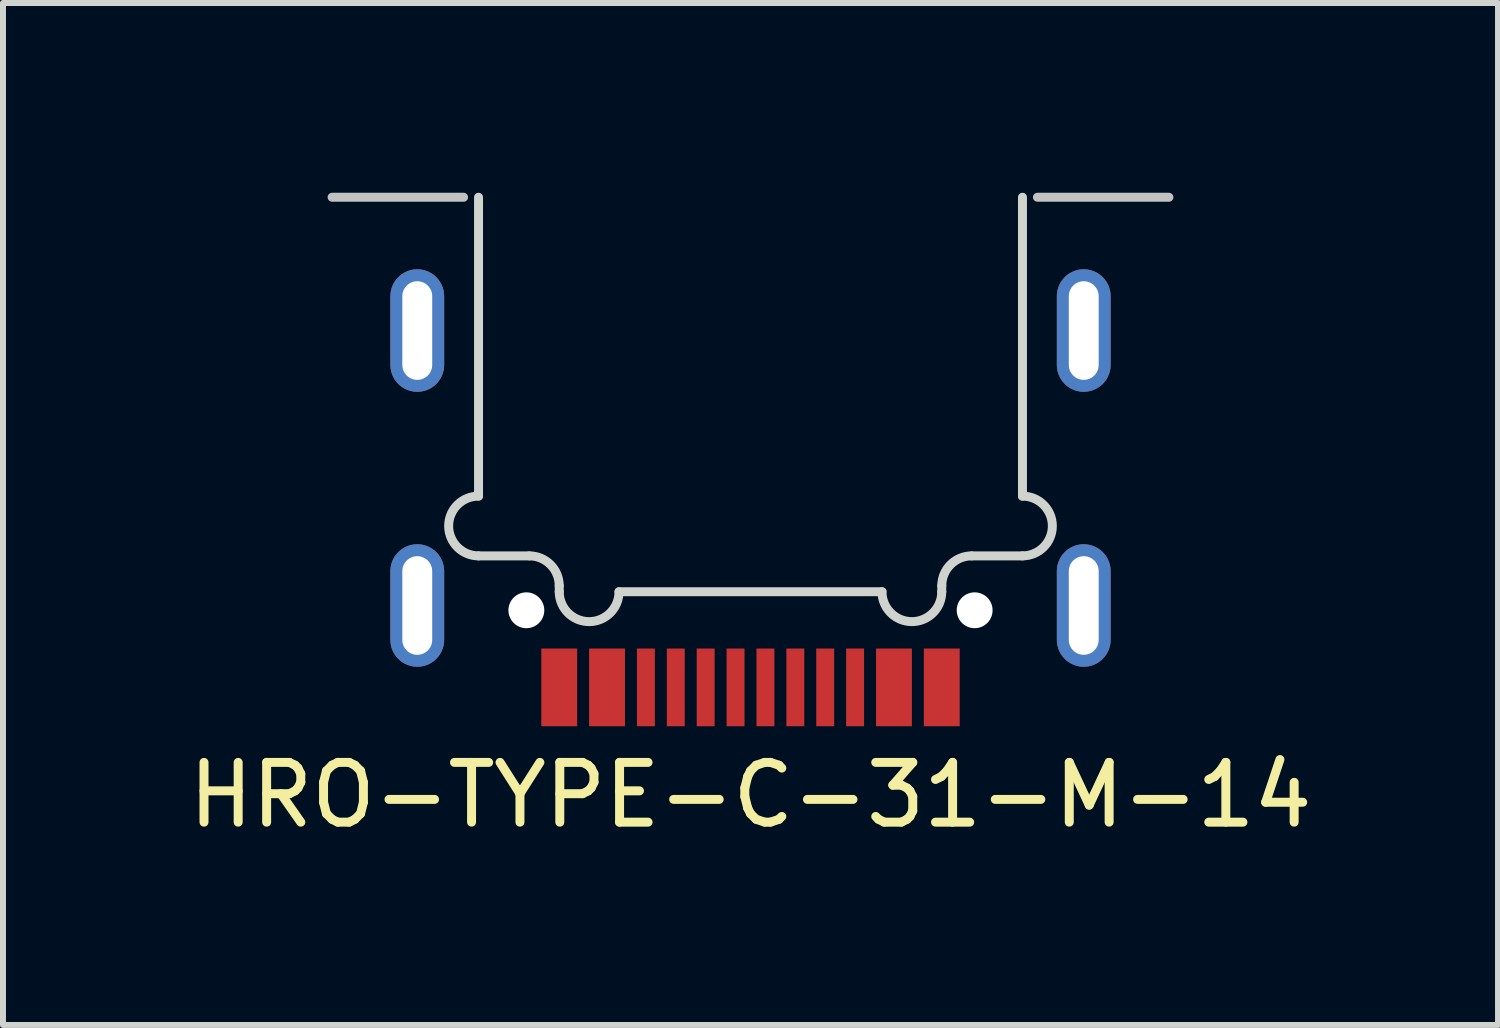
<source format=kicad_pcb>
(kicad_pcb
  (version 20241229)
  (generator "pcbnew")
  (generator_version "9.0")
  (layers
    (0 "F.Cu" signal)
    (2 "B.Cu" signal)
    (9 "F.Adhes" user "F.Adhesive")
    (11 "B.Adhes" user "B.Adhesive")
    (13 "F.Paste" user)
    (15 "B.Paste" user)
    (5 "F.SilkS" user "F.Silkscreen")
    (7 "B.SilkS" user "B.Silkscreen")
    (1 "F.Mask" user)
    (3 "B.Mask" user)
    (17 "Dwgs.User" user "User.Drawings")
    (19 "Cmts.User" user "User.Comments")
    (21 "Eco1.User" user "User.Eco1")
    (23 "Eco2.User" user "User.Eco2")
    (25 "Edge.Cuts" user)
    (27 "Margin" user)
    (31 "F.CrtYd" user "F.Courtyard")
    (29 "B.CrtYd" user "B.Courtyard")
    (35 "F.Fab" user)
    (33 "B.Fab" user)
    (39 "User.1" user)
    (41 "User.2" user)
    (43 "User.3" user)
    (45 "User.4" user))
  (footprint "HRO-TYPE-C-31-M-14"
    (layer "F.Cu")
    (at 9.506 0.25)
    (property "Reference" "HRO-TYPE-C-31-M-14" (at 0 10 180) (layer "F.SilkS") (effects (font (size 1 1) (thickness 0.15))))
    (attr smd)
    (fp_line (start -7 0) (end -4.8 0) (stroke (width 0.15) (type solid)) (layer "Dwgs.User"))
    (fp_line (start 4.8 0) (end 7 0) (stroke (width 0.15) (type solid)) (layer "Dwgs.User"))
    (fp_line (start -4.55 5) (end -4.55 0) (stroke (width 0.15) (type solid)) (layer "Edge.Cuts"))
    (fp_line (start -3.7 6) (end -4.55 6) (stroke (width 0.15) (type solid)) (layer "Edge.Cuts"))
    (fp_line (start -3.2 6.6) (end -3.2 6.5) (stroke (width 0.15) (type solid)) (layer "Edge.Cuts"))
    (fp_line (start 2.2 6.6) (end -2.2 6.6) (stroke (width 0.15) (type solid)) (layer "Edge.Cuts"))
    (fp_line (start 3.2 6.5) (end 3.2 6.6) (stroke (width 0.15) (type solid)) (layer "Edge.Cuts"))
    (fp_line (start 3.7 6) (end 4.55 6) (stroke (width 0.15) (type solid)) (layer "Edge.Cuts"))
    (fp_line (start 4.55 5) (end 4.55 0) (stroke (width 0.15) (type solid)) (layer "Edge.Cuts"))
    (fp_arc (start -4.55 6) (mid -5.05 5.5) (end -4.55 5) (stroke (width 0.15) (type solid)) (layer "Edge.Cuts"))
    (fp_arc (start -3.7 6) (mid -3.346447 6.146447) (end -3.2 6.5) (stroke (width 0.15) (type solid)) (layer "Edge.Cuts"))
    (fp_arc (start -2.2 6.6) (mid -2.7 7.1) (end -3.2 6.6) (stroke (width 0.15) (type solid)) (layer "Edge.Cuts"))
    (fp_arc (start 3.2 6.5) (mid 3.346447 6.146447) (end 3.7 6) (stroke (width 0.15) (type solid)) (layer "Edge.Cuts"))
    (fp_arc (start 3.2 6.6) (mid 2.7 7.1) (end 2.2 6.6) (stroke (width 0.15) (type solid)) (layer "Edge.Cuts"))
    (fp_arc (start 4.55 5) (mid 5.05 5.5) (end 4.55 6) (stroke (width 0.15) (type solid)) (layer "Edge.Cuts"))
    (pad "" np_thru_hole circle (at -3.75 6.91 180) (size 0.6 0.6) (drill 0.6) (layers "*.Cu" "*.Mask"))
    (pad "" np_thru_hole circle (at 3.75 6.91 180) (size 0.6 0.6) (drill 0.6) (layers "*.Cu" "*.Mask"))
    (pad "1" smd rect (at 3.2 8.2 180) (size 0.6 1.3) (layers "F.Cu" "F.Mask" "F.Paste"))
    (pad "2" smd rect (at 2.4 8.2 180) (size 0.6 1.3) (layers "F.Cu" "F.Mask" "F.Paste"))
    (pad "3" smd rect (at 1.75 8.2 180) (size 0.3 1.3) (layers "F.Cu" "F.Mask" "F.Paste"))
    (pad "4" smd rect (at 1.25 8.2 180) (size 0.3 1.3) (layers "F.Cu" "F.Mask" "F.Paste"))
    (pad "5" smd rect (at 0.75 8.2 180) (size 0.3 1.3) (layers "F.Cu" "F.Mask" "F.Paste"))
    (pad "6" smd rect (at 0.25 8.2 180) (size 0.3 1.3) (layers "F.Cu" "F.Mask" "F.Paste"))
    (pad "7" smd rect (at -0.25 8.2 180) (size 0.3 1.3) (layers "F.Cu" "F.Mask" "F.Paste"))
    (pad "8" smd rect (at -0.75 8.2 180) (size 0.3 1.3) (layers "F.Cu" "F.Mask" "F.Paste"))
    (pad "9" smd rect (at -1.25 8.2 180) (size 0.3 1.3) (layers "F.Cu" "F.Mask" "F.Paste"))
    (pad "10" smd rect (at -1.75 8.2 180) (size 0.3 1.3) (layers "F.Cu" "F.Mask" "F.Paste"))
    (pad "11" smd rect (at -2.4 8.2 180) (size 0.6 1.3) (layers "F.Cu" "F.Mask" "F.Paste"))
    (pad "12" smd rect (at -3.2 8.2 180) (size 0.6 1.3) (layers "F.Cu" "F.Mask" "F.Paste"))
    (pad "13" thru_hole oval (at -5.575 2.23 180) (size 0.9 2.05) (drill oval 0.5 1.65) (layers "*.Cu" "*.Mask"))
    (pad "13" thru_hole oval (at -5.575 6.83 180) (size 0.9 2.05) (drill oval 0.5 1.65) (layers "*.Cu" "*.Mask"))
    (pad "13" thru_hole oval (at 5.575 2.23 180) (size 0.9 2.05) (drill oval 0.5 1.65) (layers "*.Cu" "*.Mask"))
    (pad "13" thru_hole oval (at 5.575 6.83 180) (size 0.9 2.05) (drill oval 0.5 1.65) (layers "*.Cu" "*.Mask")))
  (gr_rect
    (start -3 -3)
    (end 22.012 14.098)
    (stroke (width 0.1) (type default))
    (fill no)
    (layer "Edge.Cuts")))
</source>
